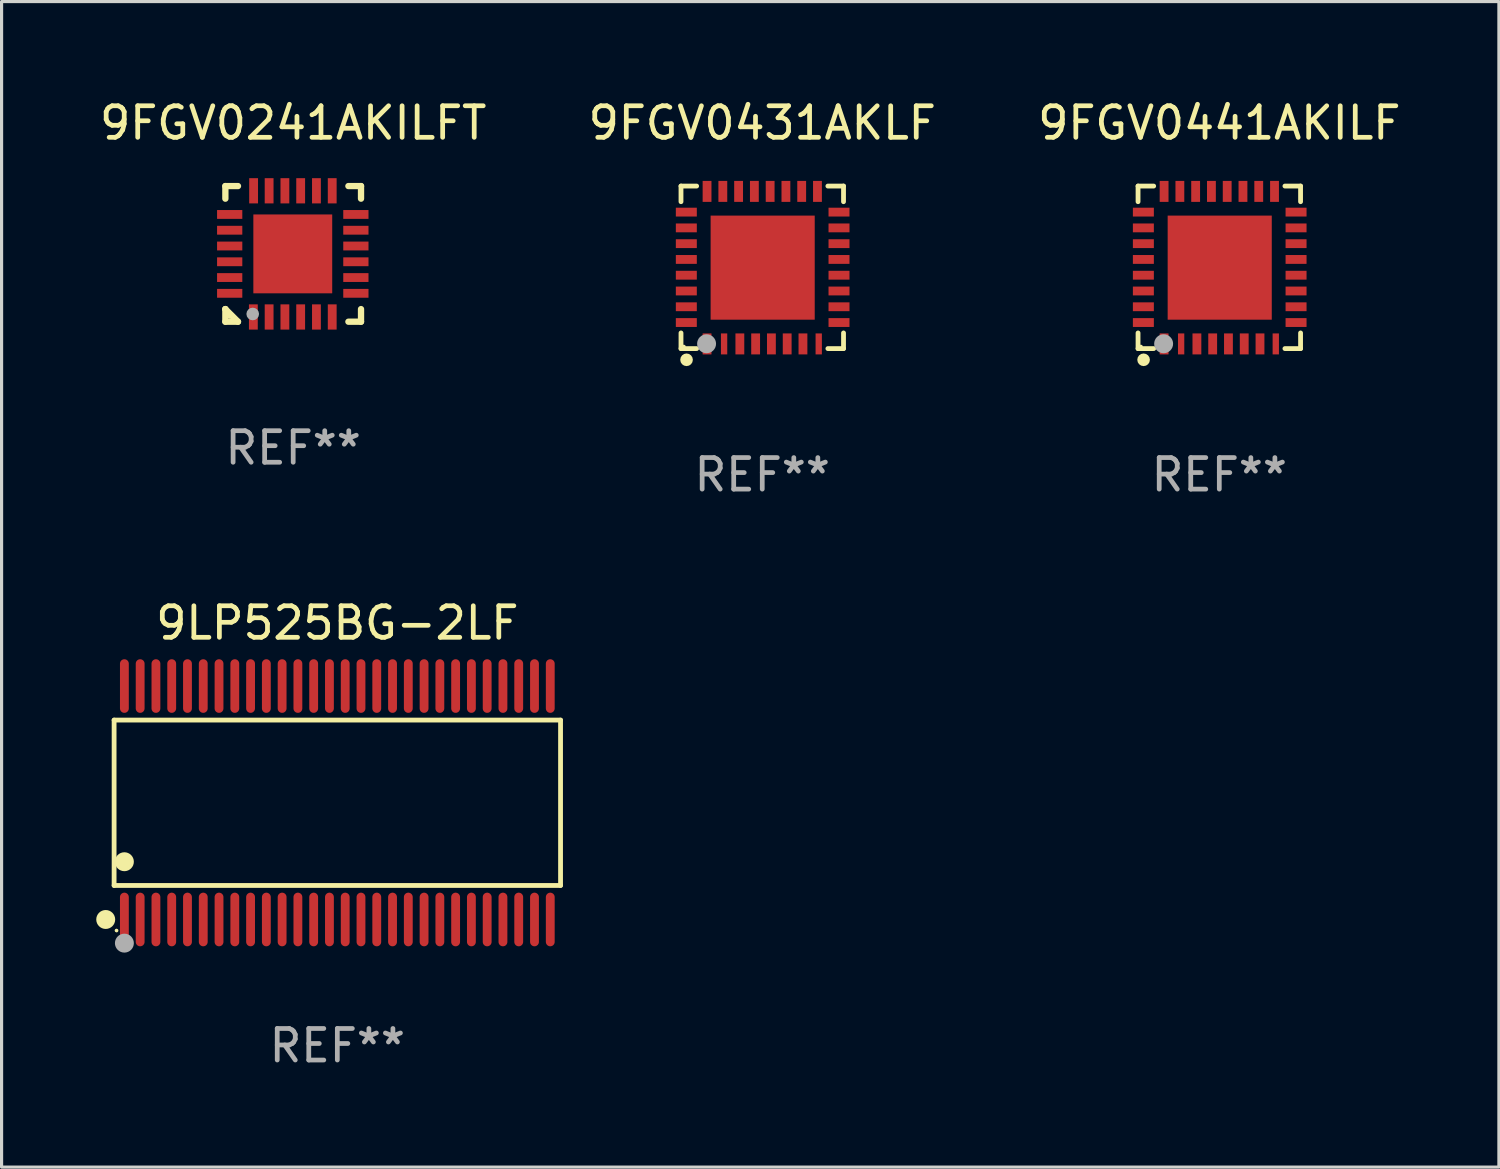
<source format=kicad_pcb>
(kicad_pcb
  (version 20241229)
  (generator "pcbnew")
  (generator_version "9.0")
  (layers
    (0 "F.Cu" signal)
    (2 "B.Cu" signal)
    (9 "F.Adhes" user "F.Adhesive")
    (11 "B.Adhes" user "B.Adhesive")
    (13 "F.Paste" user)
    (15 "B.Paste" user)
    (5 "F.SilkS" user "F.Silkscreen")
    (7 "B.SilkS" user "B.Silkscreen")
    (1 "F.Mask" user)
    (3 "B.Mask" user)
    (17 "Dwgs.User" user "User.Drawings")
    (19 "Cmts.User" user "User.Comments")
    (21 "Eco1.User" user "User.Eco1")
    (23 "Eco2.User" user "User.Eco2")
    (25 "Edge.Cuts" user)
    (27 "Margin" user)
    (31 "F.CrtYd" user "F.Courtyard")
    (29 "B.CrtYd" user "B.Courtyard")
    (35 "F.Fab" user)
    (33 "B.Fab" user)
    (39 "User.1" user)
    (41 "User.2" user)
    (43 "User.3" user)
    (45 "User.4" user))
  (footprint "9FGV0241AKILFT"
    (layer "F.Cu")
    (at 6.244 4.998)
    (property "Reference" "9FGV0241AKILFT" (at 0 -4.15 0) (layer "F.SilkS") (effects (font (size 1 1) (thickness 0.15))))
    (attr through_hole)
    (fp_line (start -2.15 -2.15) (end -1.75 -2.15) (stroke (width 0.2) (type solid)) (layer "F.SilkS"))
    (fp_line (start -2.15 -1.75) (end -2.15 -2.15) (stroke (width 0.2) (type solid)) (layer "F.SilkS"))
    (fp_line (start -2.15 1.75) (end -2.15 1.75) (stroke (width 0.2) (type solid)) (layer "F.SilkS"))
    (fp_line (start -2.15 1.75) (end -1.75 2.15) (stroke (width 0.2) (type solid)) (layer "F.SilkS"))
    (fp_line (start -2.15 2.15) (end -2.15 1.75) (stroke (width 0.2) (type solid)) (layer "F.SilkS"))
    (fp_line (start -1.75 2.15) (end -2.15 2.15) (stroke (width 0.2) (type solid)) (layer "F.SilkS"))
    (fp_line (start 2.15 -2.15) (end 1.75 -2.15) (stroke (width 0.2) (type solid)) (layer "F.SilkS"))
    (fp_line (start 2.15 -1.75) (end 2.15 -2.15) (stroke (width 0.2) (type solid)) (layer "F.SilkS"))
    (fp_line (start 2.15 1.75) (end 2.15 2.15) (stroke (width 0.2) (type solid)) (layer "F.SilkS"))
    (fp_line (start 2.15 2.15) (end 1.75 2.15) (stroke (width 0.2) (type solid)) (layer "F.SilkS"))
    (fp_circle (center -2.013 2) (end -1.983 2) (stroke (width 0.06) (type solid)) (fill no) (layer "F.SilkS"))
    (fp_circle (center -1.283 1.905) (end -1.183 1.905) (stroke (width 0.2) (type solid)) (fill no) (layer "F.Fab"))
    (fp_text user "REF**" (at 0 6.15 0) (layer "F.Fab") (effects (font (size 1 1) (thickness 0.15))))
    (pad "1" smd rect (at -1.263 2 180) (size 0.28 0.8) (layers "F.Cu" "F.Mask" "F.Paste"))
    (pad "2" smd rect (at -0.763 2 180) (size 0.28 0.8) (layers "F.Cu" "F.Mask" "F.Paste"))
    (pad "3" smd rect (at -0.263 2 180) (size 0.28 0.8) (layers "F.Cu" "F.Mask" "F.Paste"))
    (pad "4" smd rect (at 0.237 2 180) (size 0.28 0.8) (layers "F.Cu" "F.Mask" "F.Paste"))
    (pad "5" smd rect (at 0.737 2 180) (size 0.28 0.8) (layers "F.Cu" "F.Mask" "F.Paste"))
    (pad "6" smd rect (at 1.237 2 180) (size 0.28 0.8) (layers "F.Cu" "F.Mask" "F.Paste"))
    (pad "7" smd rect (at 1.987 1.25 90) (size 0.28 0.8) (layers "F.Cu" "F.Mask" "F.Paste"))
    (pad "8" smd rect (at 1.987 0.75 90) (size 0.28 0.8) (layers "F.Cu" "F.Mask" "F.Paste"))
    (pad "9" smd rect (at 1.987 0.25 90) (size 0.28 0.8) (layers "F.Cu" "F.Mask" "F.Paste"))
    (pad "10" smd rect (at 1.987 -0.25 90) (size 0.28 0.8) (layers "F.Cu" "F.Mask" "F.Paste"))
    (pad "11" smd rect (at 1.987 -0.75 90) (size 0.28 0.8) (layers "F.Cu" "F.Mask" "F.Paste"))
    (pad "12" smd rect (at 1.987 -1.25 90) (size 0.28 0.8) (layers "F.Cu" "F.Mask" "F.Paste"))
    (pad "13" smd rect (at 1.237 -2 180) (size 0.28 0.8) (layers "F.Cu" "F.Mask" "F.Paste"))
    (pad "14" smd rect (at 0.737 -2 180) (size 0.28 0.8) (layers "F.Cu" "F.Mask" "F.Paste"))
    (pad "15" smd rect (at 0.237 -2 180) (size 0.28 0.8) (layers "F.Cu" "F.Mask" "F.Paste"))
    (pad "16" smd rect (at -0.263 -2 180) (size 0.28 0.8) (layers "F.Cu" "F.Mask" "F.Paste"))
    (pad "17" smd rect (at -0.763 -2 180) (size 0.28 0.8) (layers "F.Cu" "F.Mask" "F.Paste"))
    (pad "18" smd rect (at -1.255 -2 180) (size 0.28 0.8) (layers "F.Cu" "F.Mask" "F.Paste"))
    (pad "19" smd rect (at -2.013 -1.25 90) (size 0.28 0.8) (layers "F.Cu" "F.Mask" "F.Paste"))
    (pad "20" smd rect (at -2.013 -0.75 90) (size 0.28 0.8) (layers "F.Cu" "F.Mask" "F.Paste"))
    (pad "21" smd rect (at -2.013 -0.25 90) (size 0.28 0.8) (layers "F.Cu" "F.Mask" "F.Paste"))
    (pad "22" smd rect (at -2.013 0.25 90) (size 0.28 0.8) (layers "F.Cu" "F.Mask" "F.Paste"))
    (pad "23" smd rect (at -2.013 0.75 90) (size 0.28 0.8) (layers "F.Cu" "F.Mask" "F.Paste"))
    (pad "24" smd rect (at -2.013 1.25 90) (size 0.28 0.8) (layers "F.Cu" "F.Mask" "F.Paste"))
    (pad "25" smd rect (at -0.013 0 90) (size 2.5 2.5) (layers "F.Cu" "F.Mask" "F.Paste")))
  (footprint "9LP525BG-2LF"
    (layer "F.Cu")
    (at 7.643 22.397)
    (property "Reference" "9LP525BG-2LF" (at 0 -5.7 0) (layer "F.SilkS") (effects (font (size 1 1) (thickness 0.15))))
    (attr through_hole)
    (fp_line (start -7.076 -2.621) (end 7.076 -2.621) (stroke (width 0.152) (type solid)) (layer "F.SilkS"))
    (fp_line (start -7.076 2.621) (end -7.076 -2.621) (stroke (width 0.152) (type solid)) (layer "F.SilkS"))
    (fp_line (start 7.076 -2.621) (end 7.076 2.621) (stroke (width 0.152) (type solid)) (layer "F.SilkS"))
    (fp_line (start 7.076 2.621) (end -7.076 2.621) (stroke (width 0.152) (type solid)) (layer "F.SilkS"))
    (fp_circle (center -7.342 3.7) (end -7.192 3.7) (stroke (width 0.3) (type solid)) (fill no) (layer "F.SilkS"))
    (fp_circle (center -7 4.05) (end -6.97 4.05) (stroke (width 0.06) (type solid)) (fill no) (layer "F.SilkS"))
    (fp_circle (center -6.75 1.869) (end -6.6 1.869) (stroke (width 0.3) (type solid)) (fill no) (layer "F.SilkS"))
    (fp_circle (center -6.75 4.45) (end -6.6 4.45) (stroke (width 0.3) (type solid)) (fill no) (layer "F.Fab"))
    (fp_text user "REF**" (at 0 7.7 0) (layer "F.Fab") (effects (font (size 1 1) (thickness 0.15))))
    (pad "1" smd oval (at -6.75 3.7) (size 0.28 1.7) (layers "F.Cu" "F.Mask" "F.Paste"))
    (pad "2" smd oval (at -6.25 3.7) (size 0.28 1.7) (layers "F.Cu" "F.Mask" "F.Paste"))
    (pad "3" smd oval (at -5.75 3.7) (size 0.28 1.7) (layers "F.Cu" "F.Mask" "F.Paste"))
    (pad "4" smd oval (at -5.25 3.7) (size 0.28 1.7) (layers "F.Cu" "F.Mask" "F.Paste"))
    (pad "5" smd oval (at -4.75 3.7) (size 0.28 1.7) (layers "F.Cu" "F.Mask" "F.Paste"))
    (pad "6" smd oval (at -4.25 3.7) (size 0.28 1.7) (layers "F.Cu" "F.Mask" "F.Paste"))
    (pad "7" smd oval (at -3.75 3.7) (size 0.28 1.7) (layers "F.Cu" "F.Mask" "F.Paste"))
    (pad "8" smd oval (at -3.25 3.7) (size 0.28 1.7) (layers "F.Cu" "F.Mask" "F.Paste"))
    (pad "9" smd oval (at -2.75 3.7) (size 0.28 1.7) (layers "F.Cu" "F.Mask" "F.Paste"))
    (pad "10" smd oval (at -2.25 3.7) (size 0.28 1.7) (layers "F.Cu" "F.Mask" "F.Paste"))
    (pad "11" smd oval (at -1.75 3.7) (size 0.28 1.7) (layers "F.Cu" "F.Mask" "F.Paste"))
    (pad "12" smd oval (at -1.25 3.7) (size 0.28 1.7) (layers "F.Cu" "F.Mask" "F.Paste"))
    (pad "13" smd oval (at -0.75 3.7) (size 0.28 1.7) (layers "F.Cu" "F.Mask" "F.Paste"))
    (pad "14" smd oval (at -0.25 3.7) (size 0.28 1.7) (layers "F.Cu" "F.Mask" "F.Paste"))
    (pad "15" smd oval (at 0.25 3.7) (size 0.28 1.7) (layers "F.Cu" "F.Mask" "F.Paste"))
    (pad "16" smd oval (at 0.75 3.7) (size 0.28 1.7) (layers "F.Cu" "F.Mask" "F.Paste"))
    (pad "17" smd oval (at 1.25 3.7) (size 0.28 1.7) (layers "F.Cu" "F.Mask" "F.Paste"))
    (pad "18" smd oval (at 1.75 3.7) (size 0.28 1.7) (layers "F.Cu" "F.Mask" "F.Paste"))
    (pad "19" smd oval (at 2.25 3.7) (size 0.28 1.7) (layers "F.Cu" "F.Mask" "F.Paste"))
    (pad "20" smd oval (at 2.75 3.7) (size 0.28 1.7) (layers "F.Cu" "F.Mask" "F.Paste"))
    (pad "21" smd oval (at 3.25 3.7) (size 0.28 1.7) (layers "F.Cu" "F.Mask" "F.Paste"))
    (pad "22" smd oval (at 3.75 3.7) (size 0.28 1.7) (layers "F.Cu" "F.Mask" "F.Paste"))
    (pad "23" smd oval (at 4.25 3.7) (size 0.28 1.7) (layers "F.Cu" "F.Mask" "F.Paste"))
    (pad "24" smd oval (at 4.75 3.7) (size 0.28 1.7) (layers "F.Cu" "F.Mask" "F.Paste"))
    (pad "25" smd oval (at 5.25 3.7) (size 0.28 1.7) (layers "F.Cu" "F.Mask" "F.Paste"))
    (pad "26" smd oval (at 5.75 3.7) (size 0.28 1.7) (layers "F.Cu" "F.Mask" "F.Paste"))
    (pad "27" smd oval (at 6.25 3.7) (size 0.28 1.7) (layers "F.Cu" "F.Mask" "F.Paste"))
    (pad "28" smd oval (at 6.75 3.7) (size 0.28 1.7) (layers "F.Cu" "F.Mask" "F.Paste"))
    (pad "29" smd oval (at 6.75 -3.7) (size 0.28 1.7) (layers "F.Cu" "F.Mask" "F.Paste"))
    (pad "30" smd oval (at 6.25 -3.7) (size 0.28 1.7) (layers "F.Cu" "F.Mask" "F.Paste"))
    (pad "31" smd oval (at 5.75 -3.7) (size 0.28 1.7) (layers "F.Cu" "F.Mask" "F.Paste"))
    (pad "32" smd oval (at 5.25 -3.7) (size 0.28 1.7) (layers "F.Cu" "F.Mask" "F.Paste"))
    (pad "33" smd oval (at 4.75 -3.7) (size 0.28 1.7) (layers "F.Cu" "F.Mask" "F.Paste"))
    (pad "34" smd oval (at 4.25 -3.7) (size 0.28 1.7) (layers "F.Cu" "F.Mask" "F.Paste"))
    (pad "35" smd oval (at 3.75 -3.7) (size 0.28 1.7) (layers "F.Cu" "F.Mask" "F.Paste"))
    (pad "36" smd oval (at 3.25 -3.7) (size 0.28 1.7) (layers "F.Cu" "F.Mask" "F.Paste"))
    (pad "37" smd oval (at 2.75 -3.7) (size 0.28 1.7) (layers "F.Cu" "F.Mask" "F.Paste"))
    (pad "38" smd oval (at 2.25 -3.7) (size 0.28 1.7) (layers "F.Cu" "F.Mask" "F.Paste"))
    (pad "39" smd oval (at 1.75 -3.7) (size 0.28 1.7) (layers "F.Cu" "F.Mask" "F.Paste"))
    (pad "40" smd oval (at 1.25 -3.7) (size 0.28 1.7) (layers "F.Cu" "F.Mask" "F.Paste"))
    (pad "41" smd oval (at 0.75 -3.7) (size 0.28 1.7) (layers "F.Cu" "F.Mask" "F.Paste"))
    (pad "42" smd oval (at 0.25 -3.7) (size 0.28 1.7) (layers "F.Cu" "F.Mask" "F.Paste"))
    (pad "43" smd oval (at -0.25 -3.7) (size 0.28 1.7) (layers "F.Cu" "F.Mask" "F.Paste"))
    (pad "44" smd oval (at -0.75 -3.7) (size 0.28 1.7) (layers "F.Cu" "F.Mask" "F.Paste"))
    (pad "45" smd oval (at -1.25 -3.7) (size 0.28 1.7) (layers "F.Cu" "F.Mask" "F.Paste"))
    (pad "46" smd oval (at -1.75 -3.7) (size 0.28 1.7) (layers "F.Cu" "F.Mask" "F.Paste"))
    (pad "47" smd oval (at -2.25 -3.7) (size 0.28 1.7) (layers "F.Cu" "F.Mask" "F.Paste"))
    (pad "48" smd oval (at -2.75 -3.7) (size 0.28 1.7) (layers "F.Cu" "F.Mask" "F.Paste"))
    (pad "49" smd oval (at -3.25 -3.7) (size 0.28 1.7) (layers "F.Cu" "F.Mask" "F.Paste"))
    (pad "50" smd oval (at -3.75 -3.7) (size 0.28 1.7) (layers "F.Cu" "F.Mask" "F.Paste"))
    (pad "51" smd oval (at -4.25 -3.7) (size 0.28 1.7) (layers "F.Cu" "F.Mask" "F.Paste"))
    (pad "52" smd oval (at -4.75 -3.7) (size 0.28 1.7) (layers "F.Cu" "F.Mask" "F.Paste"))
    (pad "53" smd oval (at -5.25 -3.7) (size 0.28 1.7) (layers "F.Cu" "F.Mask" "F.Paste"))
    (pad "54" smd oval (at -5.75 -3.7) (size 0.28 1.7) (layers "F.Cu" "F.Mask" "F.Paste"))
    (pad "55" smd oval (at -6.25 -3.7) (size 0.28 1.7) (layers "F.Cu" "F.Mask" "F.Paste"))
    (pad "56" smd oval (at -6.75 -3.7) (size 0.28 1.7) (layers "F.Cu" "F.Mask" "F.Paste")))
  (footprint "9FGV0431AKLF"
    (layer "F.Cu")
    (at 21.113 5.424)
    (property "Reference" "9FGV0431AKLF" (at 0 -4.576 0) (layer "F.SilkS") (effects (font (size 1 1) (thickness 0.15))))
    (attr through_hole)
    (fp_line (start -2.576 -2.576) (end -2.576 -2.08) (stroke (width 0.152) (type solid)) (layer "F.SilkS"))
    (fp_line (start -2.576 2.576) (end -2.576 2.08) (stroke (width 0.152) (type solid)) (layer "F.SilkS"))
    (fp_line (start -2.08 -2.576) (end -2.576 -2.576) (stroke (width 0.152) (type solid)) (layer "F.SilkS"))
    (fp_line (start -2.08 2.576) (end -2.576 2.576) (stroke (width 0.152) (type solid)) (layer "F.SilkS"))
    (fp_line (start 2.08 -2.576) (end 2.576 -2.576) (stroke (width 0.152) (type solid)) (layer "F.SilkS"))
    (fp_line (start 2.08 2.576) (end 2.576 2.576) (stroke (width 0.152) (type solid)) (layer "F.SilkS"))
    (fp_line (start 2.576 -2.576) (end 2.576 -2.08) (stroke (width 0.152) (type solid)) (layer "F.SilkS"))
    (fp_line (start 2.576 2.576) (end 2.576 2.08) (stroke (width 0.152) (type solid)) (layer "F.SilkS"))
    (fp_circle (center -2.487 2.51) (end -2.457 2.51) (stroke (width 0.06) (type solid)) (fill no) (layer "F.SilkS"))
    (fp_circle (center -2.4 2.931) (end -2.3 2.931) (stroke (width 0.2) (type solid)) (fill no) (layer "F.SilkS"))
    (fp_circle (center -1.765 2.423) (end -1.615 2.423) (stroke (width 0.3) (type solid)) (fill no) (layer "F.Fab"))
    (fp_text user "REF**" (at 0 6.576 0) (layer "F.Fab") (effects (font (size 1 1) (thickness 0.15))))
    (pad "1" smd rect (at -1.75 2.428) (size 0.28 0.665) (layers "F.Cu" "F.Mask" "F.Paste"))
    (pad "2" smd rect (at -1.21 2.428) (size 0.2 0.665) (layers "F.Cu" "F.Mask" "F.Paste"))
    (pad "3" smd rect (at -0.71 2.428) (size 0.28 0.665) (layers "F.Cu" "F.Mask" "F.Paste"))
    (pad "4" smd rect (at -0.21 2.428) (size 0.28 0.665) (layers "F.Cu" "F.Mask" "F.Paste"))
    (pad "5" smd rect (at 0.29 2.428) (size 0.28 0.665) (layers "F.Cu" "F.Mask" "F.Paste"))
    (pad "6" smd rect (at 0.79 2.428) (size 0.28 0.665) (layers "F.Cu" "F.Mask" "F.Paste"))
    (pad "7" smd rect (at 1.29 2.428) (size 0.28 0.665) (layers "F.Cu" "F.Mask" "F.Paste"))
    (pad "8" smd rect (at 1.79 2.428) (size 0.2 0.665) (layers "F.Cu" "F.Mask" "F.Paste"))
    (pad "9" smd rect (at 2.433 1.75) (size 0.665 0.28) (layers "F.Cu" "F.Mask" "F.Paste"))
    (pad "10" smd rect (at 2.433 1.25) (size 0.665 0.28) (layers "F.Cu" "F.Mask" "F.Paste"))
    (pad "11" smd rect (at 2.433 0.75) (size 0.665 0.28) (layers "F.Cu" "F.Mask" "F.Paste"))
    (pad "12" smd rect (at 2.433 0.25) (size 0.665 0.28) (layers "F.Cu" "F.Mask" "F.Paste"))
    (pad "13" smd rect (at 2.433 -0.25) (size 0.665 0.28) (layers "F.Cu" "F.Mask" "F.Paste"))
    (pad "14" smd rect (at 2.433 -0.75) (size 0.665 0.28) (layers "F.Cu" "F.Mask" "F.Paste"))
    (pad "15" smd rect (at 2.433 -1.25) (size 0.665 0.28) (layers "F.Cu" "F.Mask" "F.Paste"))
    (pad "16" smd rect (at 2.433 -1.75) (size 0.665 0.28) (layers "F.Cu" "F.Mask" "F.Paste"))
    (pad "17" smd rect (at 1.75 -2.407) (size 0.28 0.665) (layers "F.Cu" "F.Mask" "F.Paste"))
    (pad "18" smd rect (at 1.25 -2.407) (size 0.28 0.665) (layers "F.Cu" "F.Mask" "F.Paste"))
    (pad "19" smd rect (at 0.75 -2.407) (size 0.28 0.665) (layers "F.Cu" "F.Mask" "F.Paste"))
    (pad "20" smd rect (at 0.25 -2.407) (size 0.28 0.665) (layers "F.Cu" "F.Mask" "F.Paste"))
    (pad "21" smd rect (at -0.25 -2.407) (size 0.28 0.665) (layers "F.Cu" "F.Mask" "F.Paste"))
    (pad "22" smd rect (at -0.75 -2.407) (size 0.28 0.665) (layers "F.Cu" "F.Mask" "F.Paste"))
    (pad "23" smd rect (at -1.25 -2.407) (size 0.28 0.665) (layers "F.Cu" "F.Mask" "F.Paste"))
    (pad "24" smd rect (at -1.75 -2.407) (size 0.28 0.665) (layers "F.Cu" "F.Mask" "F.Paste"))
    (pad "25" smd rect (at -2.407 -1.75) (size 0.665 0.28) (layers "F.Cu" "F.Mask" "F.Paste"))
    (pad "26" smd rect (at -2.407 -1.25) (size 0.665 0.28) (layers "F.Cu" "F.Mask" "F.Paste"))
    (pad "27" smd rect (at -2.407 -0.75) (size 0.665 0.28) (layers "F.Cu" "F.Mask" "F.Paste"))
    (pad "28" smd rect (at -2.407 -0.25) (size 0.665 0.28) (layers "F.Cu" "F.Mask" "F.Paste"))
    (pad "29" smd rect (at -2.407 0.25) (size 0.665 0.28) (layers "F.Cu" "F.Mask" "F.Paste"))
    (pad "30" smd rect (at -2.407 0.75) (size 0.665 0.28) (layers "F.Cu" "F.Mask" "F.Paste"))
    (pad "31" smd rect (at -2.407 1.25) (size 0.665 0.28) (layers "F.Cu" "F.Mask" "F.Paste"))
    (pad "32" smd rect (at -2.407 1.75) (size 0.665 0.28) (layers "F.Cu" "F.Mask" "F.Paste"))
    (pad "33" smd rect (at 0.013 0.01) (size 3.3 3.3) (layers "F.Cu" "F.Mask" "F.Paste")))
  (footprint "9FGV0441AKILF"
    (layer "F.Cu")
    (at 35.601 5.424)
    (property "Reference" "9FGV0441AKILF" (at 0 -4.576 0) (layer "F.SilkS") (effects (font (size 1 1) (thickness 0.15))))
    (attr through_hole)
    (fp_line (start -2.576 -2.576) (end -2.576 -2.08) (stroke (width 0.152) (type solid)) (layer "F.SilkS"))
    (fp_line (start -2.576 2.576) (end -2.576 2.08) (stroke (width 0.152) (type solid)) (layer "F.SilkS"))
    (fp_line (start -2.08 -2.576) (end -2.576 -2.576) (stroke (width 0.152) (type solid)) (layer "F.SilkS"))
    (fp_line (start -2.08 2.576) (end -2.576 2.576) (stroke (width 0.152) (type solid)) (layer "F.SilkS"))
    (fp_line (start 2.08 -2.576) (end 2.576 -2.576) (stroke (width 0.152) (type solid)) (layer "F.SilkS"))
    (fp_line (start 2.08 2.576) (end 2.576 2.576) (stroke (width 0.152) (type solid)) (layer "F.SilkS"))
    (fp_line (start 2.576 -2.576) (end 2.576 -2.08) (stroke (width 0.152) (type solid)) (layer "F.SilkS"))
    (fp_line (start 2.576 2.576) (end 2.576 2.08) (stroke (width 0.152) (type solid)) (layer "F.SilkS"))
    (fp_circle (center -2.487 2.51) (end -2.457 2.51) (stroke (width 0.06) (type solid)) (fill no) (layer "F.SilkS"))
    (fp_circle (center -2.4 2.931) (end -2.3 2.931) (stroke (width 0.2) (type solid)) (fill no) (layer "F.SilkS"))
    (fp_circle (center -1.765 2.423) (end -1.615 2.423) (stroke (width 0.3) (type solid)) (fill no) (layer "F.Fab"))
    (fp_text user "REF**" (at 0 6.576 0) (layer "F.Fab") (effects (font (size 1 1) (thickness 0.15))))
    (pad "1" smd rect (at -1.75 2.428) (size 0.28 0.665) (layers "F.Cu" "F.Mask" "F.Paste"))
    (pad "2" smd rect (at -1.21 2.428) (size 0.2 0.665) (layers "F.Cu" "F.Mask" "F.Paste"))
    (pad "3" smd rect (at -0.71 2.428) (size 0.28 0.665) (layers "F.Cu" "F.Mask" "F.Paste"))
    (pad "4" smd rect (at -0.21 2.428) (size 0.28 0.665) (layers "F.Cu" "F.Mask" "F.Paste"))
    (pad "5" smd rect (at 0.29 2.428) (size 0.28 0.665) (layers "F.Cu" "F.Mask" "F.Paste"))
    (pad "6" smd rect (at 0.79 2.428) (size 0.28 0.665) (layers "F.Cu" "F.Mask" "F.Paste"))
    (pad "7" smd rect (at 1.29 2.428) (size 0.28 0.665) (layers "F.Cu" "F.Mask" "F.Paste"))
    (pad "8" smd rect (at 1.79 2.428) (size 0.2 0.665) (layers "F.Cu" "F.Mask" "F.Paste"))
    (pad "9" smd rect (at 2.433 1.75) (size 0.665 0.28) (layers "F.Cu" "F.Mask" "F.Paste"))
    (pad "10" smd rect (at 2.433 1.25) (size 0.665 0.28) (layers "F.Cu" "F.Mask" "F.Paste"))
    (pad "11" smd rect (at 2.433 0.75) (size 0.665 0.28) (layers "F.Cu" "F.Mask" "F.Paste"))
    (pad "12" smd rect (at 2.433 0.25) (size 0.665 0.28) (layers "F.Cu" "F.Mask" "F.Paste"))
    (pad "13" smd rect (at 2.433 -0.25) (size 0.665 0.28) (layers "F.Cu" "F.Mask" "F.Paste"))
    (pad "14" smd rect (at 2.433 -0.75) (size 0.665 0.28) (layers "F.Cu" "F.Mask" "F.Paste"))
    (pad "15" smd rect (at 2.433 -1.25) (size 0.665 0.28) (layers "F.Cu" "F.Mask" "F.Paste"))
    (pad "16" smd rect (at 2.433 -1.75) (size 0.665 0.28) (layers "F.Cu" "F.Mask" "F.Paste"))
    (pad "17" smd rect (at 1.75 -2.407) (size 0.28 0.665) (layers "F.Cu" "F.Mask" "F.Paste"))
    (pad "18" smd rect (at 1.25 -2.407) (size 0.28 0.665) (layers "F.Cu" "F.Mask" "F.Paste"))
    (pad "19" smd rect (at 0.75 -2.407) (size 0.28 0.665) (layers "F.Cu" "F.Mask" "F.Paste"))
    (pad "20" smd rect (at 0.25 -2.407) (size 0.28 0.665) (layers "F.Cu" "F.Mask" "F.Paste"))
    (pad "21" smd rect (at -0.25 -2.407) (size 0.28 0.665) (layers "F.Cu" "F.Mask" "F.Paste"))
    (pad "22" smd rect (at -0.75 -2.407) (size 0.28 0.665) (layers "F.Cu" "F.Mask" "F.Paste"))
    (pad "23" smd rect (at -1.25 -2.407) (size 0.28 0.665) (layers "F.Cu" "F.Mask" "F.Paste"))
    (pad "24" smd rect (at -1.75 -2.407) (size 0.28 0.665) (layers "F.Cu" "F.Mask" "F.Paste"))
    (pad "25" smd rect (at -2.407 -1.75) (size 0.665 0.28) (layers "F.Cu" "F.Mask" "F.Paste"))
    (pad "26" smd rect (at -2.407 -1.25) (size 0.665 0.28) (layers "F.Cu" "F.Mask" "F.Paste"))
    (pad "27" smd rect (at -2.407 -0.75) (size 0.665 0.28) (layers "F.Cu" "F.Mask" "F.Paste"))
    (pad "28" smd rect (at -2.407 -0.25) (size 0.665 0.28) (layers "F.Cu" "F.Mask" "F.Paste"))
    (pad "29" smd rect (at -2.407 0.25) (size 0.665 0.28) (layers "F.Cu" "F.Mask" "F.Paste"))
    (pad "30" smd rect (at -2.407 0.75) (size 0.665 0.28) (layers "F.Cu" "F.Mask" "F.Paste"))
    (pad "31" smd rect (at -2.407 1.25) (size 0.665 0.28) (layers "F.Cu" "F.Mask" "F.Paste"))
    (pad "32" smd rect (at -2.407 1.75) (size 0.665 0.28) (layers "F.Cu" "F.Mask" "F.Paste"))
    (pad "33" smd rect (at 0.013 0.01) (size 3.3 3.3) (layers "F.Cu" "F.Mask" "F.Paste")))
  (gr_rect
    (start -3 -3)
    (end 44.464 33.946)
    (stroke (width 0.1) (type default))
    (fill no)
    (layer "Edge.Cuts")))
</source>
